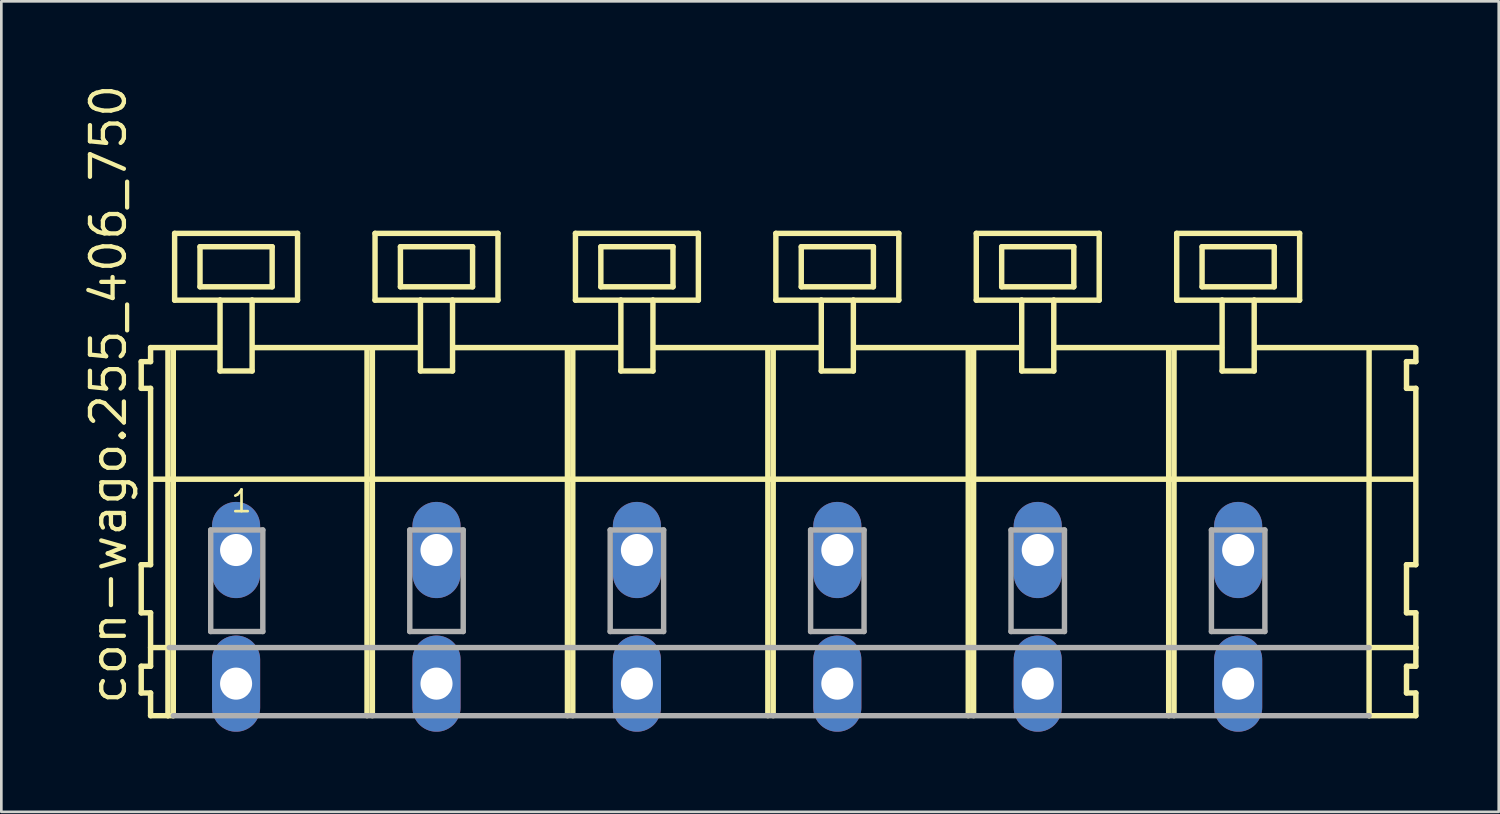
<source format=kicad_pcb>
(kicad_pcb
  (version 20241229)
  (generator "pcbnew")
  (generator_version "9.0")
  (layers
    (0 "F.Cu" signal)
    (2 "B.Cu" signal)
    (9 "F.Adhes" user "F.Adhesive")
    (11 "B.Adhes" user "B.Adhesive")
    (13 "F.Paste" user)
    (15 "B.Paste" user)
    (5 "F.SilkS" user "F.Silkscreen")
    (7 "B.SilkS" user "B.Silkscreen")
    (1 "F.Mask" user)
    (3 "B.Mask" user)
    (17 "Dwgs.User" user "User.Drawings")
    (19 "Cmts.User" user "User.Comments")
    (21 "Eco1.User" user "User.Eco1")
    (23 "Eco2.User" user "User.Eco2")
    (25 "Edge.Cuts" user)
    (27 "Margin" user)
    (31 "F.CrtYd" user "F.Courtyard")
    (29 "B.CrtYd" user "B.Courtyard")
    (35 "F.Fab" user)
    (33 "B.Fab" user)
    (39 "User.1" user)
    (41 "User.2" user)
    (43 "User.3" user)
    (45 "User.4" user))
  (footprint "con-wago.255_406_750"
    (layer "F.Cu")
    (at 25.785 17.533)
    (property "Reference" "con-wago.255_406_750" (at -24.035 5.855 90) (layer "F.SilkS") (effects (font (size 1.27 1.27) (thickness 0.16)) (justify left bottom)))
    (attr through_hole)
    (fp_line (start -23.55 -7.05) (end -23.55 -6.05) (stroke (width 0.203) (type default)) (layer "F.SilkS"))
    (fp_line (start -23.55 -6.05) (end -23.2 -6.05) (stroke (width 0.203) (type default)) (layer "F.SilkS"))
    (fp_line (start -23.55 0.55) (end -23.55 2.35) (stroke (width 0.203) (type default)) (layer "F.SilkS"))
    (fp_line (start -23.55 2.35) (end -23.2 2.35) (stroke (width 0.203) (type default)) (layer "F.SilkS"))
    (fp_line (start -23.55 4.35) (end -23.55 5.35) (stroke (width 0.203) (type default)) (layer "F.SilkS"))
    (fp_line (start -23.55 5.35) (end -23.2 5.35) (stroke (width 0.203) (type default)) (layer "F.SilkS"))
    (fp_line (start -23.2 -7.575) (end -23.2 -7.05) (stroke (width 0.203) (type default)) (layer "F.SilkS"))
    (fp_line (start -23.2 -7.575) (end -20.625 -7.575) (stroke (width 0.203) (type default)) (layer "F.SilkS"))
    (fp_line (start -23.2 -7.05) (end -23.55 -7.05) (stroke (width 0.203) (type default)) (layer "F.SilkS"))
    (fp_line (start -23.2 -6.05) (end -23.2 0.55) (stroke (width 0.203) (type default)) (layer "F.SilkS"))
    (fp_line (start -23.2 0.55) (end -23.55 0.55) (stroke (width 0.203) (type default)) (layer "F.SilkS"))
    (fp_line (start -23.2 2.35) (end -23.2 4.35) (stroke (width 0.203) (type default)) (layer "F.SilkS"))
    (fp_line (start -23.2 3.65) (end -22.5 3.65) (stroke (width 0.203) (type default)) (layer "F.SilkS"))
    (fp_line (start -23.2 4.35) (end -23.55 4.35) (stroke (width 0.203) (type default)) (layer "F.SilkS"))
    (fp_line (start -23.2 5.35) (end -23.2 6.2) (stroke (width 0.203) (type default)) (layer "F.SilkS"))
    (fp_line (start -23.2 6.2) (end -22.55 6.2) (stroke (width 0.203) (type default)) (layer "F.SilkS"))
    (fp_line (start -23.15 -2.65) (end 24.1 -2.65) (stroke (width 0.203) (type default)) (layer "F.SilkS"))
    (fp_line (start -22.55 -7.55) (end -22.55 6.2) (stroke (width 0.203) (type default)) (layer "F.SilkS"))
    (fp_line (start -22.55 6.2) (end -22.35 6.2) (stroke (width 0.203) (type default)) (layer "F.SilkS"))
    (fp_line (start -22.35 -7.55) (end -22.35 6.2) (stroke (width 0.203) (type default)) (layer "F.SilkS"))
    (fp_line (start -22.3 -11.85) (end -22.3 -9.35) (stroke (width 0.203) (type default)) (layer "F.SilkS"))
    (fp_line (start -22.3 -9.35) (end -20.6 -9.35) (stroke (width 0.203) (type default)) (layer "F.SilkS"))
    (fp_line (start -21.35 -11.35) (end -21.35 -9.85) (stroke (width 0.203) (type default)) (layer "F.SilkS"))
    (fp_line (start -21.35 -9.85) (end -18.65 -9.85) (stroke (width 0.203) (type default)) (layer "F.SilkS"))
    (fp_line (start -20.6 -9.35) (end -20.6 -6.7) (stroke (width 0.203) (type default)) (layer "F.SilkS"))
    (fp_line (start -20.6 -9.35) (end -19.4 -9.35) (stroke (width 0.203) (type default)) (layer "F.SilkS"))
    (fp_line (start -20.6 -6.7) (end -19.4 -6.7) (stroke (width 0.203) (type default)) (layer "F.SilkS"))
    (fp_line (start -19.4 -9.35) (end -17.7 -9.35) (stroke (width 0.203) (type default)) (layer "F.SilkS"))
    (fp_line (start -19.4 -6.7) (end -19.4 -9.35) (stroke (width 0.203) (type default)) (layer "F.SilkS"))
    (fp_line (start -19.325 -7.575) (end -13.125 -7.575) (stroke (width 0.203) (type default)) (layer "F.SilkS"))
    (fp_line (start -18.65 -11.35) (end -21.35 -11.35) (stroke (width 0.203) (type default)) (layer "F.SilkS"))
    (fp_line (start -18.65 -9.85) (end -18.65 -11.35) (stroke (width 0.203) (type default)) (layer "F.SilkS"))
    (fp_line (start -17.7 -11.85) (end -22.3 -11.85) (stroke (width 0.203) (type default)) (layer "F.SilkS"))
    (fp_line (start -17.7 -9.35) (end -17.7 -11.85) (stroke (width 0.203) (type default)) (layer "F.SilkS"))
    (fp_line (start -15.1 -7.55) (end -15.1 6.2) (stroke (width 0.203) (type default)) (layer "F.SilkS"))
    (fp_line (start -14.9 -7.55) (end -14.9 6.2) (stroke (width 0.203) (type default)) (layer "F.SilkS"))
    (fp_line (start -14.8 -11.85) (end -14.8 -9.35) (stroke (width 0.203) (type default)) (layer "F.SilkS"))
    (fp_line (start -14.8 -9.35) (end -13.1 -9.35) (stroke (width 0.203) (type default)) (layer "F.SilkS"))
    (fp_line (start -13.85 -11.35) (end -13.85 -9.85) (stroke (width 0.203) (type default)) (layer "F.SilkS"))
    (fp_line (start -13.85 -9.85) (end -11.15 -9.85) (stroke (width 0.203) (type default)) (layer "F.SilkS"))
    (fp_line (start -13.1 -9.35) (end -13.1 -6.7) (stroke (width 0.203) (type default)) (layer "F.SilkS"))
    (fp_line (start -13.1 -9.35) (end -11.9 -9.35) (stroke (width 0.203) (type default)) (layer "F.SilkS"))
    (fp_line (start -13.1 -6.7) (end -11.9 -6.7) (stroke (width 0.203) (type default)) (layer "F.SilkS"))
    (fp_line (start -11.9 -9.35) (end -10.2 -9.35) (stroke (width 0.203) (type default)) (layer "F.SilkS"))
    (fp_line (start -11.9 -6.7) (end -11.9 -9.35) (stroke (width 0.203) (type default)) (layer "F.SilkS"))
    (fp_line (start -11.825 -7.575) (end -5.625 -7.575) (stroke (width 0.203) (type default)) (layer "F.SilkS"))
    (fp_line (start -11.15 -11.35) (end -13.85 -11.35) (stroke (width 0.203) (type default)) (layer "F.SilkS"))
    (fp_line (start -11.15 -9.85) (end -11.15 -11.35) (stroke (width 0.203) (type default)) (layer "F.SilkS"))
    (fp_line (start -10.2 -11.85) (end -14.8 -11.85) (stroke (width 0.203) (type default)) (layer "F.SilkS"))
    (fp_line (start -10.2 -9.35) (end -10.2 -11.85) (stroke (width 0.203) (type default)) (layer "F.SilkS"))
    (fp_line (start -7.6 -7.55) (end -7.6 6.2) (stroke (width 0.203) (type default)) (layer "F.SilkS"))
    (fp_line (start -7.4 -7.55) (end -7.4 6.2) (stroke (width 0.203) (type default)) (layer "F.SilkS"))
    (fp_line (start -7.3 -11.85) (end -7.3 -9.35) (stroke (width 0.203) (type default)) (layer "F.SilkS"))
    (fp_line (start -7.3 -9.35) (end -5.6 -9.35) (stroke (width 0.203) (type default)) (layer "F.SilkS"))
    (fp_line (start -6.35 -11.35) (end -6.35 -9.85) (stroke (width 0.203) (type default)) (layer "F.SilkS"))
    (fp_line (start -6.35 -9.85) (end -3.65 -9.85) (stroke (width 0.203) (type default)) (layer "F.SilkS"))
    (fp_line (start -5.6 -9.35) (end -5.6 -6.7) (stroke (width 0.203) (type default)) (layer "F.SilkS"))
    (fp_line (start -5.6 -9.35) (end -4.4 -9.35) (stroke (width 0.203) (type default)) (layer "F.SilkS"))
    (fp_line (start -5.6 -6.7) (end -4.4 -6.7) (stroke (width 0.203) (type default)) (layer "F.SilkS"))
    (fp_line (start -4.4 -9.35) (end -2.7 -9.35) (stroke (width 0.203) (type default)) (layer "F.SilkS"))
    (fp_line (start -4.4 -6.7) (end -4.4 -9.35) (stroke (width 0.203) (type default)) (layer "F.SilkS"))
    (fp_line (start -4.325 -7.575) (end 1.875 -7.575) (stroke (width 0.203) (type default)) (layer "F.SilkS"))
    (fp_line (start -3.65 -11.35) (end -6.35 -11.35) (stroke (width 0.203) (type default)) (layer "F.SilkS"))
    (fp_line (start -3.65 -9.85) (end -3.65 -11.35) (stroke (width 0.203) (type default)) (layer "F.SilkS"))
    (fp_line (start -2.7 -11.85) (end -7.3 -11.85) (stroke (width 0.203) (type default)) (layer "F.SilkS"))
    (fp_line (start -2.7 -9.35) (end -2.7 -11.85) (stroke (width 0.203) (type default)) (layer "F.SilkS"))
    (fp_line (start -0.1 -7.55) (end -0.1 6.2) (stroke (width 0.203) (type default)) (layer "F.SilkS"))
    (fp_line (start 0.1 -7.55) (end 0.1 6.2) (stroke (width 0.203) (type default)) (layer "F.SilkS"))
    (fp_line (start 0.2 -11.85) (end 0.2 -9.35) (stroke (width 0.203) (type default)) (layer "F.SilkS"))
    (fp_line (start 0.2 -9.35) (end 1.9 -9.35) (stroke (width 0.203) (type default)) (layer "F.SilkS"))
    (fp_line (start 1.15 -11.35) (end 1.15 -9.85) (stroke (width 0.203) (type default)) (layer "F.SilkS"))
    (fp_line (start 1.15 -9.85) (end 3.85 -9.85) (stroke (width 0.203) (type default)) (layer "F.SilkS"))
    (fp_line (start 1.9 -9.35) (end 1.9 -6.7) (stroke (width 0.203) (type default)) (layer "F.SilkS"))
    (fp_line (start 1.9 -9.35) (end 3.1 -9.35) (stroke (width 0.203) (type default)) (layer "F.SilkS"))
    (fp_line (start 1.9 -6.7) (end 3.1 -6.7) (stroke (width 0.203) (type default)) (layer "F.SilkS"))
    (fp_line (start 3.1 -9.35) (end 4.8 -9.35) (stroke (width 0.203) (type default)) (layer "F.SilkS"))
    (fp_line (start 3.1 -6.7) (end 3.1 -9.35) (stroke (width 0.203) (type default)) (layer "F.SilkS"))
    (fp_line (start 3.175 -7.575) (end 9.375 -7.575) (stroke (width 0.203) (type default)) (layer "F.SilkS"))
    (fp_line (start 3.85 -11.35) (end 1.15 -11.35) (stroke (width 0.203) (type default)) (layer "F.SilkS"))
    (fp_line (start 3.85 -9.85) (end 3.85 -11.35) (stroke (width 0.203) (type default)) (layer "F.SilkS"))
    (fp_line (start 4.8 -11.85) (end 0.2 -11.85) (stroke (width 0.203) (type default)) (layer "F.SilkS"))
    (fp_line (start 4.8 -9.35) (end 4.8 -11.85) (stroke (width 0.203) (type default)) (layer "F.SilkS"))
    (fp_line (start 7.4 -7.55) (end 7.4 6.2) (stroke (width 0.203) (type default)) (layer "F.SilkS"))
    (fp_line (start 7.6 -7.55) (end 7.6 6.2) (stroke (width 0.203) (type default)) (layer "F.SilkS"))
    (fp_line (start 7.7 -11.85) (end 7.7 -9.35) (stroke (width 0.203) (type default)) (layer "F.SilkS"))
    (fp_line (start 7.7 -9.35) (end 9.4 -9.35) (stroke (width 0.203) (type default)) (layer "F.SilkS"))
    (fp_line (start 8.65 -11.35) (end 8.65 -9.85) (stroke (width 0.203) (type default)) (layer "F.SilkS"))
    (fp_line (start 8.65 -9.85) (end 11.35 -9.85) (stroke (width 0.203) (type default)) (layer "F.SilkS"))
    (fp_line (start 9.4 -9.35) (end 9.4 -6.7) (stroke (width 0.203) (type default)) (layer "F.SilkS"))
    (fp_line (start 9.4 -9.35) (end 10.6 -9.35) (stroke (width 0.203) (type default)) (layer "F.SilkS"))
    (fp_line (start 9.4 -6.7) (end 10.6 -6.7) (stroke (width 0.203) (type default)) (layer "F.SilkS"))
    (fp_line (start 10.6 -9.35) (end 12.3 -9.35) (stroke (width 0.203) (type default)) (layer "F.SilkS"))
    (fp_line (start 10.6 -6.7) (end 10.6 -9.35) (stroke (width 0.203) (type default)) (layer "F.SilkS"))
    (fp_line (start 10.675 -7.575) (end 16.875 -7.575) (stroke (width 0.203) (type default)) (layer "F.SilkS"))
    (fp_line (start 11.35 -11.35) (end 8.65 -11.35) (stroke (width 0.203) (type default)) (layer "F.SilkS"))
    (fp_line (start 11.35 -9.85) (end 11.35 -11.35) (stroke (width 0.203) (type default)) (layer "F.SilkS"))
    (fp_line (start 12.3 -11.85) (end 7.7 -11.85) (stroke (width 0.203) (type default)) (layer "F.SilkS"))
    (fp_line (start 12.3 -9.35) (end 12.3 -11.85) (stroke (width 0.203) (type default)) (layer "F.SilkS"))
    (fp_line (start 14.9 -7.55) (end 14.9 6.2) (stroke (width 0.203) (type default)) (layer "F.SilkS"))
    (fp_line (start 15.1 -7.55) (end 15.1 6.2) (stroke (width 0.203) (type default)) (layer "F.SilkS"))
    (fp_line (start 15.2 -11.85) (end 15.2 -9.35) (stroke (width 0.203) (type default)) (layer "F.SilkS"))
    (fp_line (start 15.2 -9.35) (end 16.9 -9.35) (stroke (width 0.203) (type default)) (layer "F.SilkS"))
    (fp_line (start 16.15 -11.35) (end 16.15 -9.85) (stroke (width 0.203) (type default)) (layer "F.SilkS"))
    (fp_line (start 16.15 -9.85) (end 18.85 -9.85) (stroke (width 0.203) (type default)) (layer "F.SilkS"))
    (fp_line (start 16.9 -9.35) (end 16.9 -6.7) (stroke (width 0.203) (type default)) (layer "F.SilkS"))
    (fp_line (start 16.9 -9.35) (end 18.1 -9.35) (stroke (width 0.203) (type default)) (layer "F.SilkS"))
    (fp_line (start 16.9 -6.7) (end 18.1 -6.7) (stroke (width 0.203) (type default)) (layer "F.SilkS"))
    (fp_line (start 18.1 -9.35) (end 19.8 -9.35) (stroke (width 0.203) (type default)) (layer "F.SilkS"))
    (fp_line (start 18.1 -6.7) (end 18.1 -9.35) (stroke (width 0.203) (type default)) (layer "F.SilkS"))
    (fp_line (start 18.125 -7.575) (end 24.125 -7.575) (stroke (width 0.203) (type default)) (layer "F.SilkS"))
    (fp_line (start 18.85 -11.35) (end 16.15 -11.35) (stroke (width 0.203) (type default)) (layer "F.SilkS"))
    (fp_line (start 18.85 -9.85) (end 18.85 -11.35) (stroke (width 0.203) (type default)) (layer "F.SilkS"))
    (fp_line (start 19.8 -11.85) (end 15.2 -11.85) (stroke (width 0.203) (type default)) (layer "F.SilkS"))
    (fp_line (start 19.8 -9.35) (end 19.8 -11.85) (stroke (width 0.203) (type default)) (layer "F.SilkS"))
    (fp_line (start 22.4 -7.55) (end 22.4 6.2) (stroke (width 0.203) (type default)) (layer "F.SilkS"))
    (fp_line (start 22.4 6.2) (end 24.15 6.2) (stroke (width 0.203) (type default)) (layer "F.SilkS"))
    (fp_line (start 22.45 3.65) (end 24.15 3.65) (stroke (width 0.203) (type default)) (layer "F.SilkS"))
    (fp_line (start 23.8 -7.05) (end 23.8 -6.05) (stroke (width 0.203) (type default)) (layer "F.SilkS"))
    (fp_line (start 23.8 -6.05) (end 24.15 -6.05) (stroke (width 0.203) (type default)) (layer "F.SilkS"))
    (fp_line (start 23.8 0.55) (end 23.8 2.35) (stroke (width 0.203) (type default)) (layer "F.SilkS"))
    (fp_line (start 23.8 2.35) (end 24.15 2.35) (stroke (width 0.203) (type default)) (layer "F.SilkS"))
    (fp_line (start 23.8 4.35) (end 23.8 5.35) (stroke (width 0.203) (type default)) (layer "F.SilkS"))
    (fp_line (start 23.8 5.35) (end 24.15 5.35) (stroke (width 0.203) (type default)) (layer "F.SilkS"))
    (fp_line (start 24.15 -7.05) (end 23.8 -7.05) (stroke (width 0.203) (type default)) (layer "F.SilkS"))
    (fp_line (start 24.15 -7.05) (end 24.15 -7.55) (stroke (width 0.203) (type default)) (layer "F.SilkS"))
    (fp_line (start 24.15 0.55) (end 23.8 0.55) (stroke (width 0.203) (type default)) (layer "F.SilkS"))
    (fp_line (start 24.15 0.55) (end 24.15 -6.05) (stroke (width 0.203) (type default)) (layer "F.SilkS"))
    (fp_line (start 24.15 3.65) (end 24.15 2.35) (stroke (width 0.203) (type default)) (layer "F.SilkS"))
    (fp_line (start 24.15 4.35) (end 23.8 4.35) (stroke (width 0.203) (type default)) (layer "F.SilkS"))
    (fp_line (start 24.15 4.35) (end 24.15 3.65) (stroke (width 0.203) (type default)) (layer "F.SilkS"))
    (fp_line (start 24.15 6.2) (end 24.15 5.35) (stroke (width 0.203) (type default)) (layer "F.SilkS"))
    (fp_line (start -22.5 3.65) (end 22.4 3.65) (stroke (width 0.203) (type default)) (layer "F.Fab"))
    (fp_line (start -22.35 6.2) (end 22.4 6.2) (stroke (width 0.203) (type default)) (layer "F.Fab"))
    (fp_line (start -20.95 -0.75) (end -20.95 3.05) (stroke (width 0.203) (type default)) (layer "F.Fab"))
    (fp_line (start -20.95 3.05) (end -19 3.05) (stroke (width 0.203) (type default)) (layer "F.Fab"))
    (fp_line (start -19 -0.75) (end -20.95 -0.75) (stroke (width 0.203) (type default)) (layer "F.Fab"))
    (fp_line (start -19 3.05) (end -19 -0.75) (stroke (width 0.203) (type default)) (layer "F.Fab"))
    (fp_line (start -13.5 -0.75) (end -13.5 3.05) (stroke (width 0.203) (type default)) (layer "F.Fab"))
    (fp_line (start -13.5 3.05) (end -11.5 3.05) (stroke (width 0.203) (type default)) (layer "F.Fab"))
    (fp_line (start -11.5 -0.75) (end -13.5 -0.75) (stroke (width 0.203) (type default)) (layer "F.Fab"))
    (fp_line (start -11.5 3.05) (end -11.5 -0.75) (stroke (width 0.203) (type default)) (layer "F.Fab"))
    (fp_line (start -6 -0.75) (end -6 3.05) (stroke (width 0.203) (type default)) (layer "F.Fab"))
    (fp_line (start -6 3.05) (end -4 3.05) (stroke (width 0.203) (type default)) (layer "F.Fab"))
    (fp_line (start -4 -0.75) (end -6 -0.75) (stroke (width 0.203) (type default)) (layer "F.Fab"))
    (fp_line (start -4 3.05) (end -4 -0.75) (stroke (width 0.203) (type default)) (layer "F.Fab"))
    (fp_line (start 1.5 -0.75) (end 1.5 3.05) (stroke (width 0.203) (type default)) (layer "F.Fab"))
    (fp_line (start 1.5 3.05) (end 3.5 3.05) (stroke (width 0.203) (type default)) (layer "F.Fab"))
    (fp_line (start 3.5 -0.75) (end 1.5 -0.75) (stroke (width 0.203) (type default)) (layer "F.Fab"))
    (fp_line (start 3.5 3.05) (end 3.5 -0.75) (stroke (width 0.203) (type default)) (layer "F.Fab"))
    (fp_line (start 9 -0.75) (end 9 3.05) (stroke (width 0.203) (type default)) (layer "F.Fab"))
    (fp_line (start 9 3.05) (end 11 3.05) (stroke (width 0.203) (type default)) (layer "F.Fab"))
    (fp_line (start 11 -0.75) (end 9 -0.75) (stroke (width 0.203) (type default)) (layer "F.Fab"))
    (fp_line (start 11 3.05) (end 11 -0.75) (stroke (width 0.203) (type default)) (layer "F.Fab"))
    (fp_line (start 16.5 -0.75) (end 16.5 3.05) (stroke (width 0.203) (type default)) (layer "F.Fab"))
    (fp_line (start 16.5 3.05) (end 18.5 3.05) (stroke (width 0.203) (type default)) (layer "F.Fab"))
    (fp_line (start 18.5 -0.75) (end 16.5 -0.75) (stroke (width 0.203) (type default)) (layer "F.Fab"))
    (fp_line (start 18.5 3.05) (end 18.5 -0.75) (stroke (width 0.203) (type default)) (layer "F.Fab"))
    (fp_text user "1" (at -20.25 -1.35 0) (layer "F.SilkS") (effects (font (size 0.813 0.813) (thickness 0.1)) (justify left bottom)))
    (pad "A1" thru_hole oval (at -20 0 90) (size 3.6 1.8) (drill 1.2) (layers "*.Cu" "*.Mask"))
    (pad "A2" thru_hole oval (at -12.5 0 90) (size 3.6 1.8) (drill 1.2) (layers "*.Cu" "*.Mask"))
    (pad "A3" thru_hole oval (at -5 0 90) (size 3.6 1.8) (drill 1.2) (layers "*.Cu" "*.Mask"))
    (pad "A4" thru_hole oval (at 2.5 0 90) (size 3.6 1.8) (drill 1.2) (layers "*.Cu" "*.Mask"))
    (pad "A5" thru_hole oval (at 10 0 90) (size 3.6 1.8) (drill 1.2) (layers "*.Cu" "*.Mask"))
    (pad "A6" thru_hole oval (at 17.5 0 90) (size 3.6 1.8) (drill 1.2) (layers "*.Cu" "*.Mask"))
    (pad "B1" thru_hole oval (at -20 5 90) (size 3.6 1.8) (drill 1.2) (layers "*.Cu" "*.Mask"))
    (pad "B2" thru_hole oval (at -12.5 5 90) (size 3.6 1.8) (drill 1.2) (layers "*.Cu" "*.Mask"))
    (pad "B3" thru_hole oval (at -5 5 90) (size 3.6 1.8) (drill 1.2) (layers "*.Cu" "*.Mask"))
    (pad "B4" thru_hole oval (at 2.5 5 90) (size 3.6 1.8) (drill 1.2) (layers "*.Cu" "*.Mask"))
    (pad "B5" thru_hole oval (at 10 5 90) (size 3.6 1.8) (drill 1.2) (layers "*.Cu" "*.Mask"))
    (pad "B6" thru_hole oval (at 17.5 5 90) (size 3.6 1.8) (drill 1.2) (layers "*.Cu" "*.Mask")))
  (gr_rect
    (start -3 -3)
    (end 53.037 27.333)
    (stroke (width 0.1) (type default))
    (fill no)
    (layer "Edge.Cuts")))
</source>
